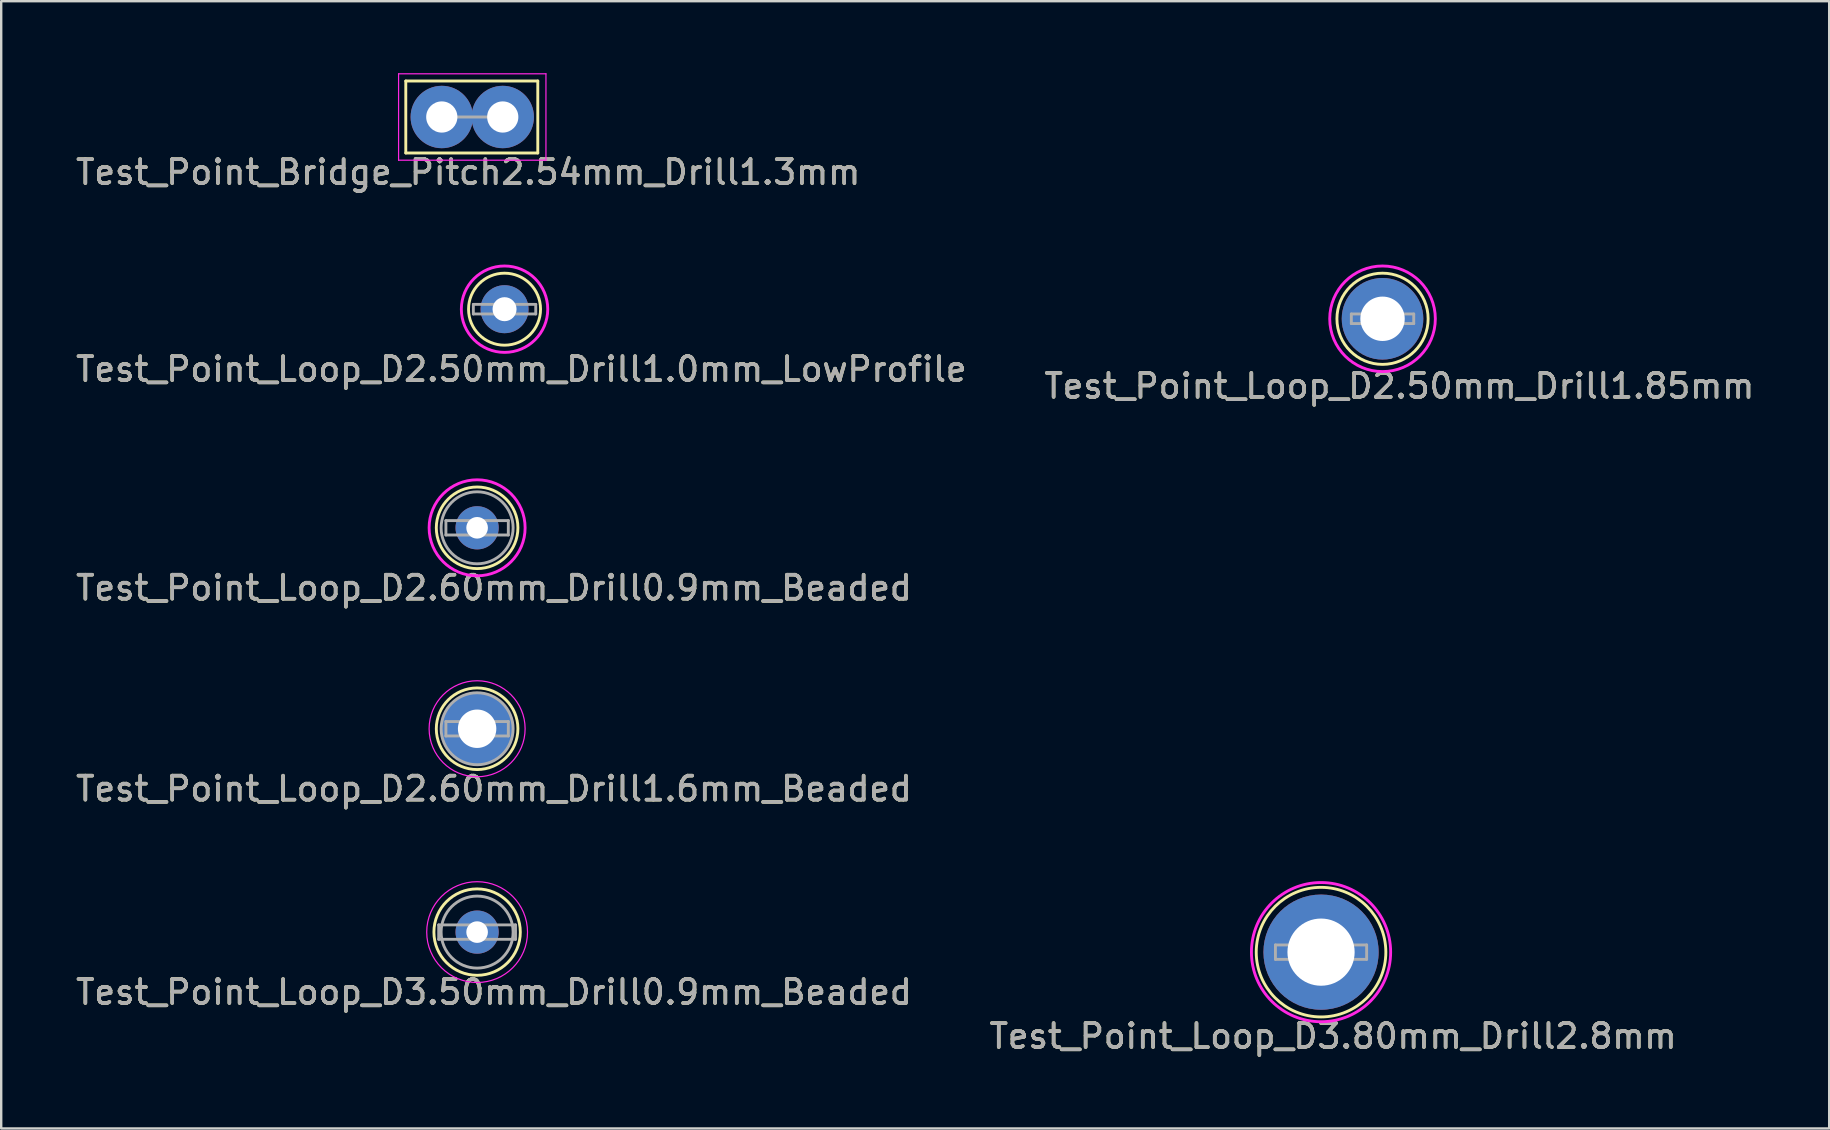
<source format=kicad_pcb>
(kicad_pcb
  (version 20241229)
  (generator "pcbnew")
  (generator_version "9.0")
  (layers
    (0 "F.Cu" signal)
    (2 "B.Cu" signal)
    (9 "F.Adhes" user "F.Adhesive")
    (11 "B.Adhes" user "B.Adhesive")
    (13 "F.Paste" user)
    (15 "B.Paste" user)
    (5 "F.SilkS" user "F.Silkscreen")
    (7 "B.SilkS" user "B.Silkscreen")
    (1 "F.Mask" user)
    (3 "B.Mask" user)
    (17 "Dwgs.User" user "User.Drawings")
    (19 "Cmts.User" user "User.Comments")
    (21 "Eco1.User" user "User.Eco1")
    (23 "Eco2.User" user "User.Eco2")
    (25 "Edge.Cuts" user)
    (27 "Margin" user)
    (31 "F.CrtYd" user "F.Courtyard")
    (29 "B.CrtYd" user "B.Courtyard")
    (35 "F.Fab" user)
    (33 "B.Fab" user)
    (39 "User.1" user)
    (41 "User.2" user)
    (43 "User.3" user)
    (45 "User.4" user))
  (footprint "Test_Point_Loop_D3.50mm_Drill0.9mm_Beaded"
    (layer "F.Cu")
    (at 16.83 35.788)
    (property "Reference" "Test_Point_Loop_D3.50mm_Drill0.9mm_Beaded" (at 0.7 2.5 0) (layer "F.SilkS") (effects (font (size 1 1) (thickness 0.15))))
    (attr through_hole)
    (fp_circle (center 0 0) (end 1.8 0) (stroke (width 0.12) (type solid)) (fill no) (layer "F.SilkS"))
    (fp_circle (center 0 0) (end 2.1 0) (stroke (width 0.05) (type solid)) (fill no) (layer "F.CrtYd"))
    (fp_line (start -1.6 -0.3) (end -1.6 0.3) (stroke (width 0.12) (type solid)) (layer "F.Fab"))
    (fp_line (start -1.6 0.3) (end 1.6 0.3) (stroke (width 0.12) (type solid)) (layer "F.Fab"))
    (fp_line (start 1.6 -0.3) (end -1.6 -0.3) (stroke (width 0.12) (type solid)) (layer "F.Fab"))
    (fp_line (start 1.6 0.3) (end 1.6 -0.3) (stroke (width 0.12) (type solid)) (layer "F.Fab"))
    (fp_circle (center 0 0) (end 1.5 0) (stroke (width 0.12) (type solid)) (fill no) (layer "F.Fab"))
    (fp_text user "${REFERENCE}" (at 0.7 2.5 0) (layer "F.Fab") (effects (font (size 1 1) (thickness 0.15))))
    (pad "1" thru_hole circle (at 0 0) (size 1.8 1.8) (drill 0.9) (layers "*.Cu" "*.Mask")))
  (footprint "Test_Point_Loop_D2.60mm_Drill0.9mm_Beaded"
    (layer "F.Cu")
    (at 16.83 18.942)
    (property "Reference" "Test_Point_Loop_D2.60mm_Drill0.9mm_Beaded" (at 0.7 2.5 0) (layer "F.SilkS") (effects (font (size 1 1) (thickness 0.15))))
    (attr through_hole)
    (fp_circle (center 0 0) (end 1.7 0) (stroke (width 0.12) (type solid)) (fill no) (layer "F.SilkS"))
    (fp_circle (center 0 0) (end 2 0) (stroke (width 0.12) (type solid)) (fill no) (layer "F.CrtYd"))
    (fp_line (start -1.3 -0.3) (end -1.3 0.3) (stroke (width 0.12) (type solid)) (layer "F.Fab"))
    (fp_line (start -1.3 0.3) (end 1.3 0.3) (stroke (width 0.12) (type solid)) (layer "F.Fab"))
    (fp_line (start 1.3 -0.3) (end -1.3 -0.3) (stroke (width 0.12) (type solid)) (layer "F.Fab"))
    (fp_line (start 1.3 0.3) (end 1.3 -0.3) (stroke (width 0.12) (type solid)) (layer "F.Fab"))
    (fp_circle (center 0 0) (end 1.5 0) (stroke (width 0.12) (type solid)) (fill no) (layer "F.Fab"))
    (fp_text user "${REFERENCE}" (at 0.7 2.5 0) (layer "F.Fab") (effects (font (size 1 1) (thickness 0.15))))
    (pad "1" thru_hole circle (at 0 0) (size 1.8 1.8) (drill 0.9) (layers "*.Cu" "*.Mask")))
  (footprint "Test_Point_Loop_D2.50mm_Drill1.85mm"
    (layer "F.Cu")
    (at 54.556 10.233)
    (property "Reference" "Test_Point_Loop_D2.50mm_Drill1.85mm" (at 0.7 2.8 0) (layer "F.SilkS") (effects (font (size 1 1) (thickness 0.15))))
    (attr through_hole)
    (fp_circle (center 0 0) (end 1.9 0) (stroke (width 0.12) (type solid)) (fill no) (layer "F.SilkS"))
    (fp_circle (center 0 0) (end 2.2 0) (stroke (width 0.12) (type solid)) (fill no) (layer "F.CrtYd"))
    (fp_line (start -1.3 -0.2) (end -1.3 0.2) (stroke (width 0.12) (type solid)) (layer "F.Fab"))
    (fp_line (start -1.3 0.2) (end 1.3 0.2) (stroke (width 0.12) (type solid)) (layer "F.Fab"))
    (fp_line (start 1.3 -0.2) (end -1.3 -0.2) (stroke (width 0.12) (type solid)) (layer "F.Fab"))
    (fp_line (start 1.3 0.2) (end 1.3 -0.2) (stroke (width 0.12) (type solid)) (layer "F.Fab"))
    (fp_text user "${REFERENCE}" (at 0.7 2.8 0) (layer "F.Fab") (effects (font (size 1 1) (thickness 0.15))))
    (pad "1" thru_hole circle (at 0 0) (size 3.4 3.4) (drill 1.85) (layers "*.Cu" "*.Mask")))
  (footprint "Test_Point_Loop_D2.50mm_Drill1.0mm_LowProfile"
    (layer "F.Cu")
    (at 17.973 9.833)
    (property "Reference" "Test_Point_Loop_D2.50mm_Drill1.0mm_LowProfile" (at 0.7 2.5 0) (layer "F.SilkS") (effects (font (size 1 1) (thickness 0.15))))
    (attr through_hole)
    (fp_circle (center 0 0) (end 1.5 0) (stroke (width 0.12) (type solid)) (fill no) (layer "F.SilkS"))
    (fp_circle (center 0 0) (end 1.8 0) (stroke (width 0.12) (type solid)) (fill no) (layer "F.CrtYd"))
    (fp_line (start -1.3 -0.2) (end -1.3 0.2) (stroke (width 0.12) (type solid)) (layer "F.Fab"))
    (fp_line (start -1.3 0.2) (end 1.3 0.2) (stroke (width 0.12) (type solid)) (layer "F.Fab"))
    (fp_line (start 1.3 -0.2) (end -1.3 -0.2) (stroke (width 0.12) (type solid)) (layer "F.Fab"))
    (fp_line (start 1.3 0.2) (end 1.3 -0.2) (stroke (width 0.12) (type solid)) (layer "F.Fab"))
    (fp_text user "${REFERENCE}" (at 0.7 2.5 0) (layer "F.Fab") (effects (font (size 1 1) (thickness 0.15))))
    (pad "1" thru_hole circle (at 0 0) (size 2 2) (drill 1) (layers "*.Cu" "*.Mask")))
  (footprint "Test_Point_Loop_D2.60mm_Drill1.6mm_Beaded"
    (layer "F.Cu")
    (at 16.83 27.315)
    (property "Reference" "Test_Point_Loop_D2.60mm_Drill1.6mm_Beaded" (at 0.7 2.5 0) (layer "F.SilkS") (effects (font (size 1 1) (thickness 0.15))))
    (attr through_hole)
    (fp_circle (center 0 0) (end 1.7 0) (stroke (width 0.12) (type solid)) (fill no) (layer "F.SilkS"))
    (fp_circle (center 0 0) (end 2 0) (stroke (width 0.05) (type solid)) (fill no) (layer "F.CrtYd"))
    (fp_line (start -1.3 -0.3) (end -1.3 0.3) (stroke (width 0.12) (type solid)) (layer "F.Fab"))
    (fp_line (start -1.3 0.3) (end 1.3 0.3) (stroke (width 0.12) (type solid)) (layer "F.Fab"))
    (fp_line (start 1.3 -0.3) (end -1.3 -0.3) (stroke (width 0.12) (type solid)) (layer "F.Fab"))
    (fp_line (start 1.3 0.3) (end 1.3 -0.3) (stroke (width 0.12) (type solid)) (layer "F.Fab"))
    (fp_circle (center 0 0) (end 1.5 0) (stroke (width 0.12) (type solid)) (fill no) (layer "F.Fab"))
    (fp_text user "${REFERENCE}" (at 0.7 2.5 0) (layer "F.Fab") (effects (font (size 1 1) (thickness 0.15))))
    (pad "1" thru_hole circle (at 0 0) (size 3 3) (drill 1.6) (layers "*.Cu" "*.Mask")))
  (footprint "Test_Point_Loop_D3.80mm_Drill2.8mm"
    (layer "F.Cu")
    (at 51.994 36.623)
    (property "Reference" "Test_Point_Loop_D3.80mm_Drill2.8mm" (at 0.5 3.5 0) (layer "F.SilkS") (effects (font (size 1 1) (thickness 0.15))))
    (attr through_hole)
    (fp_circle (center 0 0) (end 2.7 0) (stroke (width 0.12) (type solid)) (fill no) (layer "F.SilkS"))
    (fp_circle (center 0 0) (end 2.9 0) (stroke (width 0.12) (type solid)) (fill no) (layer "F.CrtYd"))
    (fp_line (start -1.9 -0.3) (end -1.9 0.3) (stroke (width 0.12) (type solid)) (layer "F.Fab"))
    (fp_line (start -1.9 0.3) (end 1.9 0.3) (stroke (width 0.12) (type solid)) (layer "F.Fab"))
    (fp_line (start 1.9 -0.3) (end -1.9 -0.3) (stroke (width 0.12) (type solid)) (layer "F.Fab"))
    (fp_line (start 1.9 0.3) (end 1.9 -0.3) (stroke (width 0.12) (type solid)) (layer "F.Fab"))
    (fp_text user "${REFERENCE}" (at 0.5 3.5 0) (layer "F.Fab") (effects (font (size 1 1) (thickness 0.15))))
    (pad "1" thru_hole circle (at 0 0) (size 4.8 4.8) (drill 2.8) (layers "*.Cu" "*.Mask")))
  (footprint "Test_Point_Bridge_Pitch2.54mm_Drill1.3mm"
    (layer "F.Cu")
    (at 15.358 1.825)
    (property "Reference" "Test_Point_Bridge_Pitch2.54mm_Drill1.3mm" (at 1.1 2.3 0) (layer "F.SilkS") (effects (font (size 1 1) (thickness 0.15))))
    (attr through_hole)
    (fp_line (start -1.5 -1.5) (end -1.5 1.5) (stroke (width 0.12) (type solid)) (layer "F.SilkS"))
    (fp_line (start -1.5 1.5) (end 4 1.5) (stroke (width 0.12) (type solid)) (layer "F.SilkS"))
    (fp_line (start 4 -1.5) (end -1.5 -1.5) (stroke (width 0.12) (type solid)) (layer "F.SilkS"))
    (fp_line (start 4 1.5) (end 4 -1.5) (stroke (width 0.12) (type solid)) (layer "F.SilkS"))
    (fp_line (start -1.8 -1.8) (end -1.8 1.8) (stroke (width 0.05) (type solid)) (layer "F.CrtYd"))
    (fp_line (start -1.8 -1.8) (end 4.34 -1.8) (stroke (width 0.05) (type solid)) (layer "F.CrtYd"))
    (fp_line (start 4.34 1.8) (end -1.8 1.8) (stroke (width 0.05) (type solid)) (layer "F.CrtYd"))
    (fp_line (start 4.34 1.8) (end 4.34 -1.8) (stroke (width 0.05) (type solid)) (layer "F.CrtYd"))
    (fp_line (start 2.54 0) (end 0 0) (stroke (width 0.12) (type solid)) (layer "F.Fab"))
    (fp_text user "${REFERENCE}" (at 1.1 2.3 0) (layer "F.Fab") (effects (font (size 1 1) (thickness 0.15))))
    (pad "1" thru_hole circle (at 0 0) (size 2.6 2.6) (drill 1.3) (layers "*.Cu" "*.Mask"))
    (pad "1" thru_hole circle (at 2.54 0) (size 2.6 2.6) (drill 1.3) (layers "*.Cu" "*.Mask")))
  (gr_rect
    (start -3 -3)
    (end 73.167 43.971)
    (stroke (width 0.1) (type default))
    (fill no)
    (layer "Edge.Cuts")))
</source>
